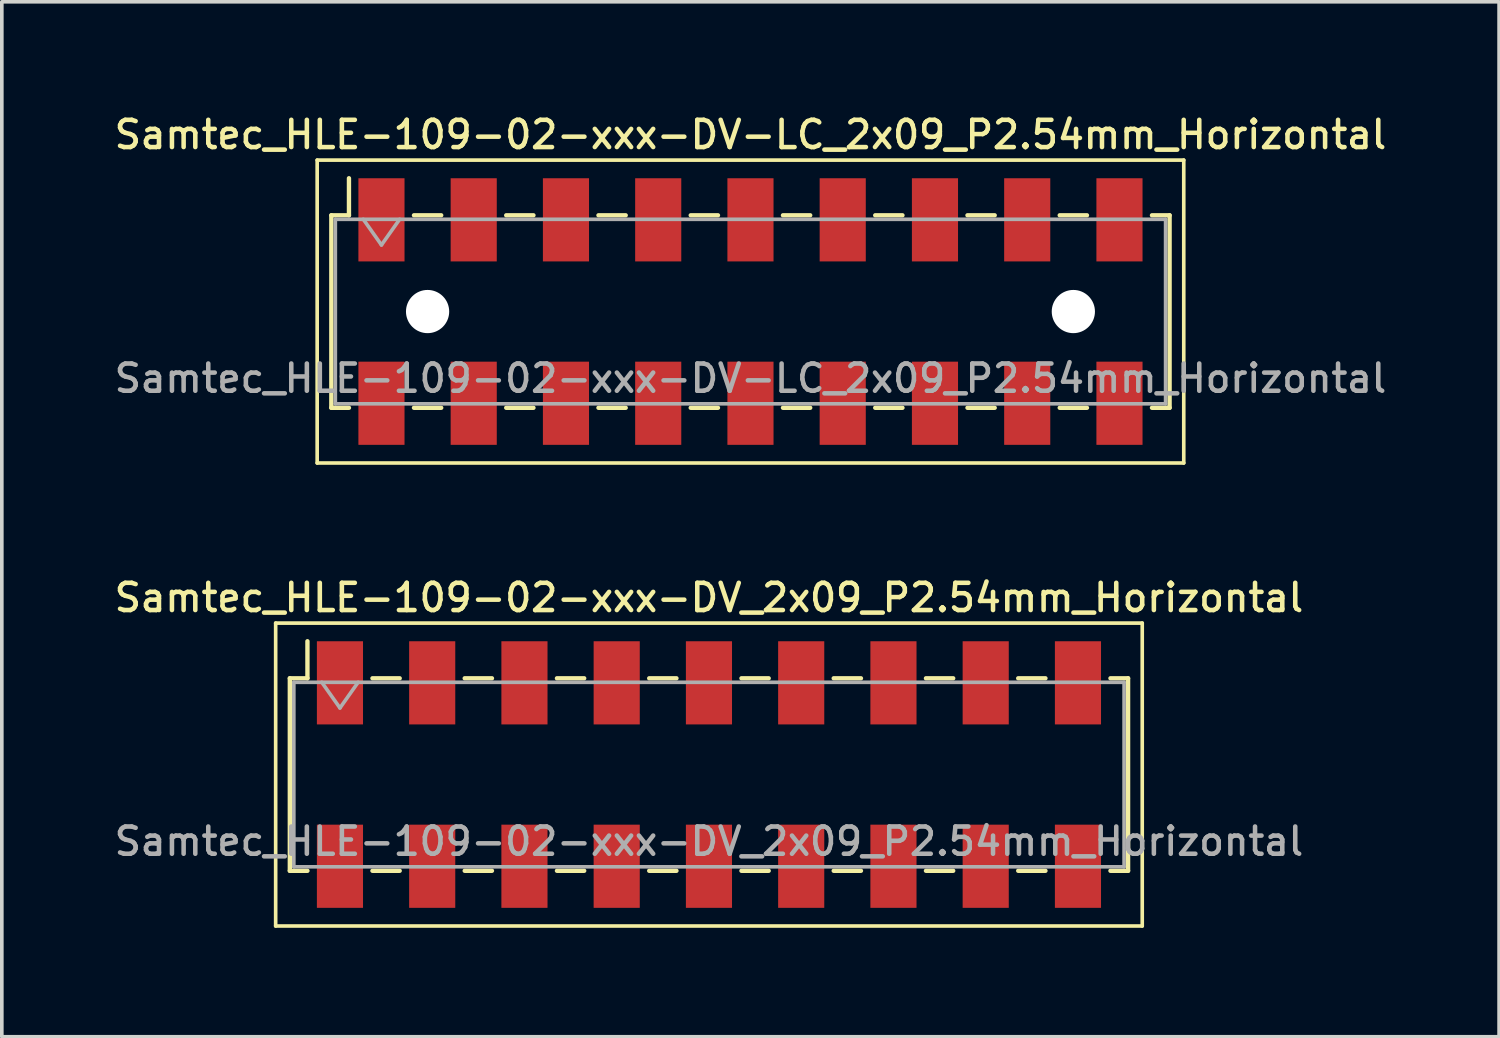
<source format=kicad_pcb>
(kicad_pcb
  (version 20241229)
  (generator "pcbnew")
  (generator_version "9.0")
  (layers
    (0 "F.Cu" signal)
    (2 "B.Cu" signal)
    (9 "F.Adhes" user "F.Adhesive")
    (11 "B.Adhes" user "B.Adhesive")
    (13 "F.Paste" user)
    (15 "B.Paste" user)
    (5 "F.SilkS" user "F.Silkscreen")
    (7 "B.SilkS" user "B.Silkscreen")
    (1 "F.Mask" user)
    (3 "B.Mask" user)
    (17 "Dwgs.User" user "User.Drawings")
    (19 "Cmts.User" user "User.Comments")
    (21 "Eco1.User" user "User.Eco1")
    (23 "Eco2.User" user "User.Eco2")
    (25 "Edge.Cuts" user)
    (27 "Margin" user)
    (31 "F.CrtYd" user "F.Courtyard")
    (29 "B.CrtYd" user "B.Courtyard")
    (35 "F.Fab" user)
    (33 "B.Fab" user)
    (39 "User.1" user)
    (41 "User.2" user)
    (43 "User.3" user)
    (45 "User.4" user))
  (footprint "Samtec_HLE-109-02-xxx-DV_2x09_P2.54mm_Horizontal"
    (layer "F.Cu")
    (at 16.47 18.276)
    (property "Reference" "Samtec_HLE-109-02-xxx-DV_2x09_P2.54mm_Horizontal" (at 0 -4.87 0) (layer "F.SilkS") (effects (font (size 0.75 0.75) (thickness 0.125))))
    (attr smd)
    (fp_line (start -11.93 -4.17) (end 11.93 -4.17) (stroke (width 0.1) (type solid)) (layer "F.SilkS"))
    (fp_line (start -11.93 4.17) (end -11.93 -4.17) (stroke (width 0.1) (type solid)) (layer "F.SilkS"))
    (fp_line (start -11.54 -2.65) (end -11.54 2.65) (stroke (width 0.12) (type solid)) (layer "F.SilkS"))
    (fp_line (start -11.54 2.65) (end -11.055 2.65) (stroke (width 0.12) (type solid)) (layer "F.SilkS"))
    (fp_line (start -11.055 -3.67) (end -11.055 -2.65) (stroke (width 0.12) (type solid)) (layer "F.SilkS"))
    (fp_line (start -11.055 -2.65) (end -11.54 -2.65) (stroke (width 0.12) (type solid)) (layer "F.SilkS"))
    (fp_line (start -9.265 -2.65) (end -8.515 -2.65) (stroke (width 0.12) (type solid)) (layer "F.SilkS"))
    (fp_line (start -9.265 2.65) (end -8.515 2.65) (stroke (width 0.12) (type solid)) (layer "F.SilkS"))
    (fp_line (start -6.725 -2.65) (end -5.975 -2.65) (stroke (width 0.12) (type solid)) (layer "F.SilkS"))
    (fp_line (start -6.725 2.65) (end -5.975 2.65) (stroke (width 0.12) (type solid)) (layer "F.SilkS"))
    (fp_line (start -4.185 -2.65) (end -3.435 -2.65) (stroke (width 0.12) (type solid)) (layer "F.SilkS"))
    (fp_line (start -4.185 2.65) (end -3.435 2.65) (stroke (width 0.12) (type solid)) (layer "F.SilkS"))
    (fp_line (start -1.645 -2.65) (end -0.895 -2.65) (stroke (width 0.12) (type solid)) (layer "F.SilkS"))
    (fp_line (start -1.645 2.65) (end -0.895 2.65) (stroke (width 0.12) (type solid)) (layer "F.SilkS"))
    (fp_line (start 0.895 -2.65) (end 1.645 -2.65) (stroke (width 0.12) (type solid)) (layer "F.SilkS"))
    (fp_line (start 0.895 2.65) (end 1.645 2.65) (stroke (width 0.12) (type solid)) (layer "F.SilkS"))
    (fp_line (start 3.435 -2.65) (end 4.185 -2.65) (stroke (width 0.12) (type solid)) (layer "F.SilkS"))
    (fp_line (start 3.435 2.65) (end 4.185 2.65) (stroke (width 0.12) (type solid)) (layer "F.SilkS"))
    (fp_line (start 5.975 -2.65) (end 6.725 -2.65) (stroke (width 0.12) (type solid)) (layer "F.SilkS"))
    (fp_line (start 5.975 2.65) (end 6.725 2.65) (stroke (width 0.12) (type solid)) (layer "F.SilkS"))
    (fp_line (start 8.515 -2.65) (end 9.265 -2.65) (stroke (width 0.12) (type solid)) (layer "F.SilkS"))
    (fp_line (start 8.515 2.65) (end 9.265 2.65) (stroke (width 0.12) (type solid)) (layer "F.SilkS"))
    (fp_line (start 11.055 -2.65) (end 11.54 -2.65) (stroke (width 0.12) (type solid)) (layer "F.SilkS"))
    (fp_line (start 11.54 -2.65) (end 11.54 2.65) (stroke (width 0.12) (type solid)) (layer "F.SilkS"))
    (fp_line (start 11.54 2.65) (end 11.055 2.65) (stroke (width 0.12) (type solid)) (layer "F.SilkS"))
    (fp_line (start 11.93 -4.17) (end 11.93 4.17) (stroke (width 0.1) (type solid)) (layer "F.SilkS"))
    (fp_line (start 11.93 4.17) (end -11.93 4.17) (stroke (width 0.1) (type solid)) (layer "F.SilkS"))
    (fp_line (start -11.43 -2.54) (end 11.43 -2.54) (stroke (width 0.1) (type solid)) (layer "F.Fab"))
    (fp_line (start -11.43 2.54) (end -11.43 -2.54) (stroke (width 0.1) (type solid)) (layer "F.Fab"))
    (fp_line (start -10.66 -2.54) (end -10.16 -1.833) (stroke (width 0.1) (type solid)) (layer "F.Fab"))
    (fp_line (start -10.16 -1.833) (end -9.66 -2.54) (stroke (width 0.1) (type solid)) (layer "F.Fab"))
    (fp_line (start 11.43 -2.54) (end 11.43 2.54) (stroke (width 0.1) (type solid)) (layer "F.Fab"))
    (fp_line (start 11.43 2.54) (end -11.43 2.54) (stroke (width 0.1) (type solid)) (layer "F.Fab"))
    (fp_text user "${REFERENCE}" (at 0 1.84 0) (layer "F.Fab") (effects (font (size 0.75 0.75) (thickness 0.125))))
    (pad "1" smd rect (at -10.16 -2.525) (size 1.27 2.29) (layers "F.Cu" "F.Mask" "F.Paste"))
    (pad "2" smd rect (at -10.16 2.525) (size 1.27 2.29) (layers "F.Cu" "F.Mask" "F.Paste"))
    (pad "3" smd rect (at -7.62 -2.525) (size 1.27 2.29) (layers "F.Cu" "F.Mask" "F.Paste"))
    (pad "4" smd rect (at -7.62 2.525) (size 1.27 2.29) (layers "F.Cu" "F.Mask" "F.Paste"))
    (pad "5" smd rect (at -5.08 -2.525) (size 1.27 2.29) (layers "F.Cu" "F.Mask" "F.Paste"))
    (pad "6" smd rect (at -5.08 2.525) (size 1.27 2.29) (layers "F.Cu" "F.Mask" "F.Paste"))
    (pad "7" smd rect (at -2.54 -2.525) (size 1.27 2.29) (layers "F.Cu" "F.Mask" "F.Paste"))
    (pad "8" smd rect (at -2.54 2.525) (size 1.27 2.29) (layers "F.Cu" "F.Mask" "F.Paste"))
    (pad "9" smd rect (at 0 -2.525) (size 1.27 2.29) (layers "F.Cu" "F.Mask" "F.Paste"))
    (pad "10" smd rect (at 0 2.525) (size 1.27 2.29) (layers "F.Cu" "F.Mask" "F.Paste"))
    (pad "11" smd rect (at 2.54 -2.525) (size 1.27 2.29) (layers "F.Cu" "F.Mask" "F.Paste"))
    (pad "12" smd rect (at 2.54 2.525) (size 1.27 2.29) (layers "F.Cu" "F.Mask" "F.Paste"))
    (pad "13" smd rect (at 5.08 -2.525) (size 1.27 2.29) (layers "F.Cu" "F.Mask" "F.Paste"))
    (pad "14" smd rect (at 5.08 2.525) (size 1.27 2.29) (layers "F.Cu" "F.Mask" "F.Paste"))
    (pad "15" smd rect (at 7.62 -2.525) (size 1.27 2.29) (layers "F.Cu" "F.Mask" "F.Paste"))
    (pad "16" smd rect (at 7.62 2.525) (size 1.27 2.29) (layers "F.Cu" "F.Mask" "F.Paste"))
    (pad "17" smd rect (at 10.16 -2.525) (size 1.27 2.29) (layers "F.Cu" "F.Mask" "F.Paste"))
    (pad "18" smd rect (at 10.16 2.525) (size 1.27 2.29) (layers "F.Cu" "F.Mask" "F.Paste")))
  (footprint "Samtec_HLE-109-02-xxx-DV-LC_2x09_P2.54mm_Horizontal"
    (layer "F.Cu")
    (at 17.613 5.528)
    (property "Reference" "Samtec_HLE-109-02-xxx-DV-LC_2x09_P2.54mm_Horizontal" (at 0 -4.87 0) (layer "F.SilkS") (effects (font (size 0.75 0.75) (thickness 0.125))))
    (attr smd)
    (fp_line (start -11.93 -4.17) (end 11.93 -4.17) (stroke (width 0.1) (type solid)) (layer "F.SilkS"))
    (fp_line (start -11.93 4.17) (end -11.93 -4.17) (stroke (width 0.1) (type solid)) (layer "F.SilkS"))
    (fp_line (start -11.54 -2.65) (end -11.54 2.65) (stroke (width 0.12) (type solid)) (layer "F.SilkS"))
    (fp_line (start -11.54 2.65) (end -11.055 2.65) (stroke (width 0.12) (type solid)) (layer "F.SilkS"))
    (fp_line (start -11.055 -3.67) (end -11.055 -2.65) (stroke (width 0.12) (type solid)) (layer "F.SilkS"))
    (fp_line (start -11.055 -2.65) (end -11.54 -2.65) (stroke (width 0.12) (type solid)) (layer "F.SilkS"))
    (fp_line (start -9.265 -2.65) (end -8.515 -2.65) (stroke (width 0.12) (type solid)) (layer "F.SilkS"))
    (fp_line (start -9.265 2.65) (end -8.515 2.65) (stroke (width 0.12) (type solid)) (layer "F.SilkS"))
    (fp_line (start -6.725 -2.65) (end -5.975 -2.65) (stroke (width 0.12) (type solid)) (layer "F.SilkS"))
    (fp_line (start -6.725 2.65) (end -5.975 2.65) (stroke (width 0.12) (type solid)) (layer "F.SilkS"))
    (fp_line (start -4.185 -2.65) (end -3.435 -2.65) (stroke (width 0.12) (type solid)) (layer "F.SilkS"))
    (fp_line (start -4.185 2.65) (end -3.435 2.65) (stroke (width 0.12) (type solid)) (layer "F.SilkS"))
    (fp_line (start -1.645 -2.65) (end -0.895 -2.65) (stroke (width 0.12) (type solid)) (layer "F.SilkS"))
    (fp_line (start -1.645 2.65) (end -0.895 2.65) (stroke (width 0.12) (type solid)) (layer "F.SilkS"))
    (fp_line (start 0.895 -2.65) (end 1.645 -2.65) (stroke (width 0.12) (type solid)) (layer "F.SilkS"))
    (fp_line (start 0.895 2.65) (end 1.645 2.65) (stroke (width 0.12) (type solid)) (layer "F.SilkS"))
    (fp_line (start 3.435 -2.65) (end 4.185 -2.65) (stroke (width 0.12) (type solid)) (layer "F.SilkS"))
    (fp_line (start 3.435 2.65) (end 4.185 2.65) (stroke (width 0.12) (type solid)) (layer "F.SilkS"))
    (fp_line (start 5.975 -2.65) (end 6.725 -2.65) (stroke (width 0.12) (type solid)) (layer "F.SilkS"))
    (fp_line (start 5.975 2.65) (end 6.725 2.65) (stroke (width 0.12) (type solid)) (layer "F.SilkS"))
    (fp_line (start 8.515 -2.65) (end 9.265 -2.65) (stroke (width 0.12) (type solid)) (layer "F.SilkS"))
    (fp_line (start 8.515 2.65) (end 9.265 2.65) (stroke (width 0.12) (type solid)) (layer "F.SilkS"))
    (fp_line (start 11.055 -2.65) (end 11.54 -2.65) (stroke (width 0.12) (type solid)) (layer "F.SilkS"))
    (fp_line (start 11.54 -2.65) (end 11.54 2.65) (stroke (width 0.12) (type solid)) (layer "F.SilkS"))
    (fp_line (start 11.54 2.65) (end 11.055 2.65) (stroke (width 0.12) (type solid)) (layer "F.SilkS"))
    (fp_line (start 11.93 -4.17) (end 11.93 4.17) (stroke (width 0.1) (type solid)) (layer "F.SilkS"))
    (fp_line (start 11.93 4.17) (end -11.93 4.17) (stroke (width 0.1) (type solid)) (layer "F.SilkS"))
    (fp_line (start -11.43 -2.54) (end 11.43 -2.54) (stroke (width 0.1) (type solid)) (layer "F.Fab"))
    (fp_line (start -11.43 2.54) (end -11.43 -2.54) (stroke (width 0.1) (type solid)) (layer "F.Fab"))
    (fp_line (start -10.66 -2.54) (end -10.16 -1.833) (stroke (width 0.1) (type solid)) (layer "F.Fab"))
    (fp_line (start -10.16 -1.833) (end -9.66 -2.54) (stroke (width 0.1) (type solid)) (layer "F.Fab"))
    (fp_line (start 11.43 -2.54) (end 11.43 2.54) (stroke (width 0.1) (type solid)) (layer "F.Fab"))
    (fp_line (start 11.43 2.54) (end -11.43 2.54) (stroke (width 0.1) (type solid)) (layer "F.Fab"))
    (fp_text user "${REFERENCE}" (at 0 1.84 0) (layer "F.Fab") (effects (font (size 0.75 0.75) (thickness 0.125))))
    (pad "" np_thru_hole circle (at -8.89 0) (size 1.19 1.19) (drill 1.19) (layers "*.Cu" "*.Mask"))
    (pad "" np_thru_hole circle (at 8.89 0) (size 1.19 1.19) (drill 1.19) (layers "*.Cu" "*.Mask"))
    (pad "1" smd rect (at -10.16 -2.525) (size 1.27 2.29) (layers "F.Cu" "F.Mask" "F.Paste"))
    (pad "2" smd rect (at -10.16 2.525) (size 1.27 2.29) (layers "F.Cu" "F.Mask" "F.Paste"))
    (pad "3" smd rect (at -7.62 -2.525) (size 1.27 2.29) (layers "F.Cu" "F.Mask" "F.Paste"))
    (pad "4" smd rect (at -7.62 2.525) (size 1.27 2.29) (layers "F.Cu" "F.Mask" "F.Paste"))
    (pad "5" smd rect (at -5.08 -2.525) (size 1.27 2.29) (layers "F.Cu" "F.Mask" "F.Paste"))
    (pad "6" smd rect (at -5.08 2.525) (size 1.27 2.29) (layers "F.Cu" "F.Mask" "F.Paste"))
    (pad "7" smd rect (at -2.54 -2.525) (size 1.27 2.29) (layers "F.Cu" "F.Mask" "F.Paste"))
    (pad "8" smd rect (at -2.54 2.525) (size 1.27 2.29) (layers "F.Cu" "F.Mask" "F.Paste"))
    (pad "9" smd rect (at 0 -2.525) (size 1.27 2.29) (layers "F.Cu" "F.Mask" "F.Paste"))
    (pad "10" smd rect (at 0 2.525) (size 1.27 2.29) (layers "F.Cu" "F.Mask" "F.Paste"))
    (pad "11" smd rect (at 2.54 -2.525) (size 1.27 2.29) (layers "F.Cu" "F.Mask" "F.Paste"))
    (pad "12" smd rect (at 2.54 2.525) (size 1.27 2.29) (layers "F.Cu" "F.Mask" "F.Paste"))
    (pad "13" smd rect (at 5.08 -2.525) (size 1.27 2.29) (layers "F.Cu" "F.Mask" "F.Paste"))
    (pad "14" smd rect (at 5.08 2.525) (size 1.27 2.29) (layers "F.Cu" "F.Mask" "F.Paste"))
    (pad "15" smd rect (at 7.62 -2.525) (size 1.27 2.29) (layers "F.Cu" "F.Mask" "F.Paste"))
    (pad "16" smd rect (at 7.62 2.525) (size 1.27 2.29) (layers "F.Cu" "F.Mask" "F.Paste"))
    (pad "17" smd rect (at 10.16 -2.525) (size 1.27 2.29) (layers "F.Cu" "F.Mask" "F.Paste"))
    (pad "18" smd rect (at 10.16 2.525) (size 1.27 2.29) (layers "F.Cu" "F.Mask" "F.Paste")))
  (gr_rect
    (start -3 -3)
    (end 38.225 25.496)
    (stroke (width 0.1) (type default))
    (fill no)
    (layer "Edge.Cuts")))
</source>
